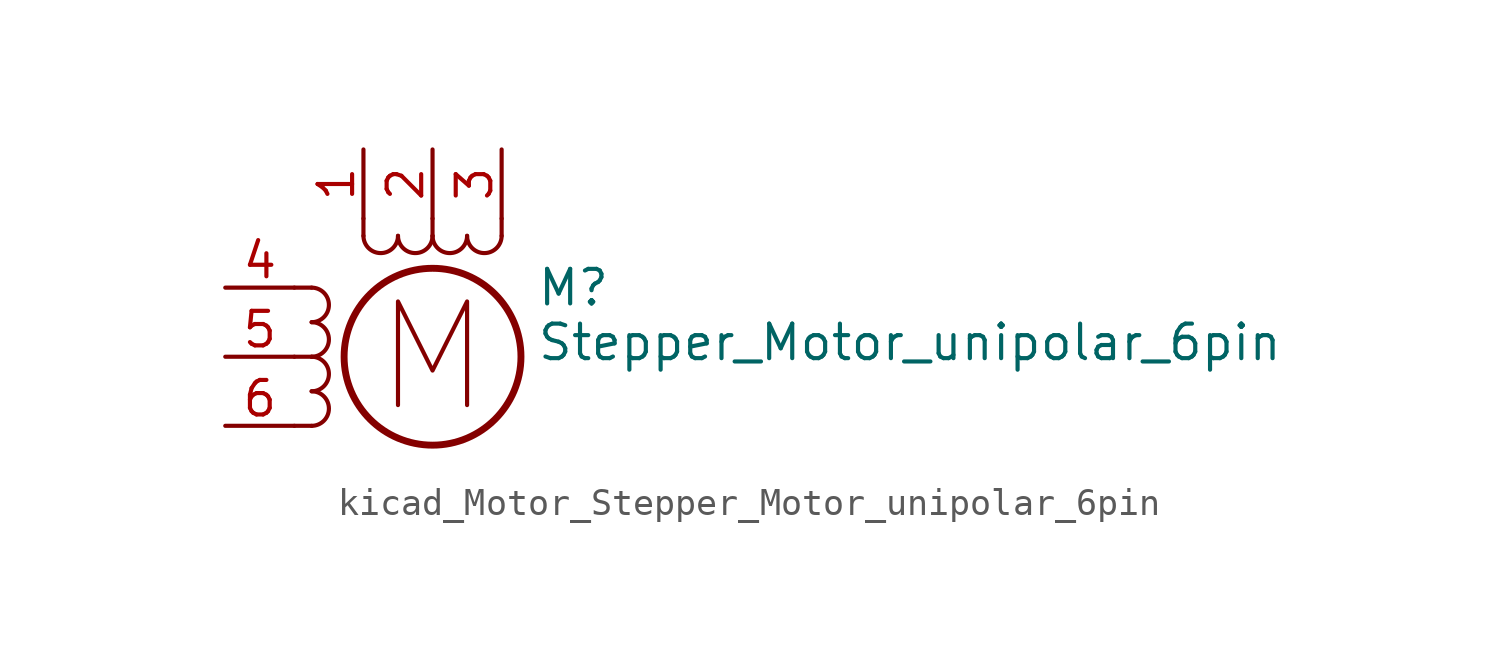
<source format=kicad_sym>
(kicad_symbol_lib
  (version 20220914)
  (generator kicad_symbol_editor)
  (symbol "kicad_Motor_Stepper_Motor_unipolar_6pin"
    (pin_names
      (offset 0) hide)
    (property "Reference" "M"
      (at 3.81 2.54 0)
      (effects (font (size 1.27 1.27)) (justify left)))
    (property "Value" "Stepper_Motor_unipolar_6pin"
      (at 3.81 1.27 0)
      (effects (font (size 1.27 1.27)) (justify left top)))
    (symbol "kicad_Motor_Stepper_Motor_unipolar_6pin_0_0"
      (polyline (pts (xy -1.27 -1.778) (xy -1.27 2.032) (xy 0 -0.508) (xy 1.27 2.032) (xy 1.27 -1.778)) (stroke (width 0) (type default)) (fill (type none))))
    (symbol "kicad_Motor_Stepper_Motor_unipolar_6pin_0_1"
      (arc (start -4.445 -2.54) (mid -3.8127 -1.905) (end -4.445 -1.27) (stroke (width 0) (type default)) (fill (type none)))
      (arc (start -4.445 -1.27) (mid -3.8127 -0.635) (end -4.445 0) (stroke (width 0) (type default)) (fill (type none)))
      (arc (start -4.445 0) (mid -3.8127 0.635) (end -4.445 1.27) (stroke (width 0) (type default)) (fill (type none)))
      (arc (start -4.445 1.27) (mid -3.8127 1.905) (end -4.445 2.54) (stroke (width 0) (type default)) (fill (type none)))
      (arc (start -2.54 4.445) (mid -1.905 3.8127) (end -1.27 4.445) (stroke (width 0) (type default)) (fill (type none)))
      (arc (start -1.27 4.445) (mid -0.635 3.8127) (end 0 4.445) (stroke (width 0) (type default)) (fill (type none)))
      (polyline (pts (xy -5.08 -2.54) (xy -4.445 -2.54)) (stroke (width 0) (type default)) (fill (type none)))
      (polyline (pts (xy -5.08 2.54) (xy -4.445 2.54)) (stroke (width 0) (type default)) (fill (type none)))
      (polyline (pts (xy -4.445 0) (xy -5.08 0)) (stroke (width 0) (type default)) (fill (type none)))
      (polyline (pts (xy -2.54 4.445) (xy -2.54 5.08)) (stroke (width 0) (type default)) (fill (type none)))
      (polyline (pts (xy 0 4.445) (xy 0 5.08)) (stroke (width 0) (type default)) (fill (type none)))
      (polyline (pts (xy 2.54 4.445) (xy 2.54 5.08)) (stroke (width 0) (type default)) (fill (type none)))
      (circle (center 0 0) (radius 3.251) (stroke (width 0.254) (type default)) (fill (type none)))
      (arc (start 0 4.445) (mid 0.635 3.8127) (end 1.27 4.445) (stroke (width 0) (type default)) (fill (type none)))
      (arc (start 1.27 4.445) (mid 1.905 3.8127) (end 2.54 4.445) (stroke (width 0) (type default)) (fill (type none))))
    (symbol "kicad_Motor_Stepper_Motor_unipolar_6pin_1_1"
      (pin passive line (at -2.54 7.62 270) (length 2.54) (name "~" (effects (font (size 1.27 1.27)))) (number "1" (effects (font (size 1.27 1.27)))))
      (pin passive line (at 0 7.62 270) (length 2.54) (name "~" (effects (font (size 1.27 1.27)))) (number "2" (effects (font (size 1.27 1.27)))))
      (pin passive line (at 2.54 7.62 270) (length 2.54) (name "-" (effects (font (size 1.27 1.27)))) (number "3" (effects (font (size 1.27 1.27)))))
      (pin passive line (at -7.62 2.54 0) (length 2.54) (name "~" (effects (font (size 1.27 1.27)))) (number "4" (effects (font (size 1.27 1.27)))))
      (pin passive line (at -7.62 0 0) (length 2.54) (name "~" (effects (font (size 1.27 1.27)))) (number "5" (effects (font (size 1.27 1.27)))))
      (pin passive line (at -7.62 -2.54 0) (length 2.54) (name "~" (effects (font (size 1.27 1.27)))) (number "6" (effects (font (size 1.27 1.27))))))))
</source>
